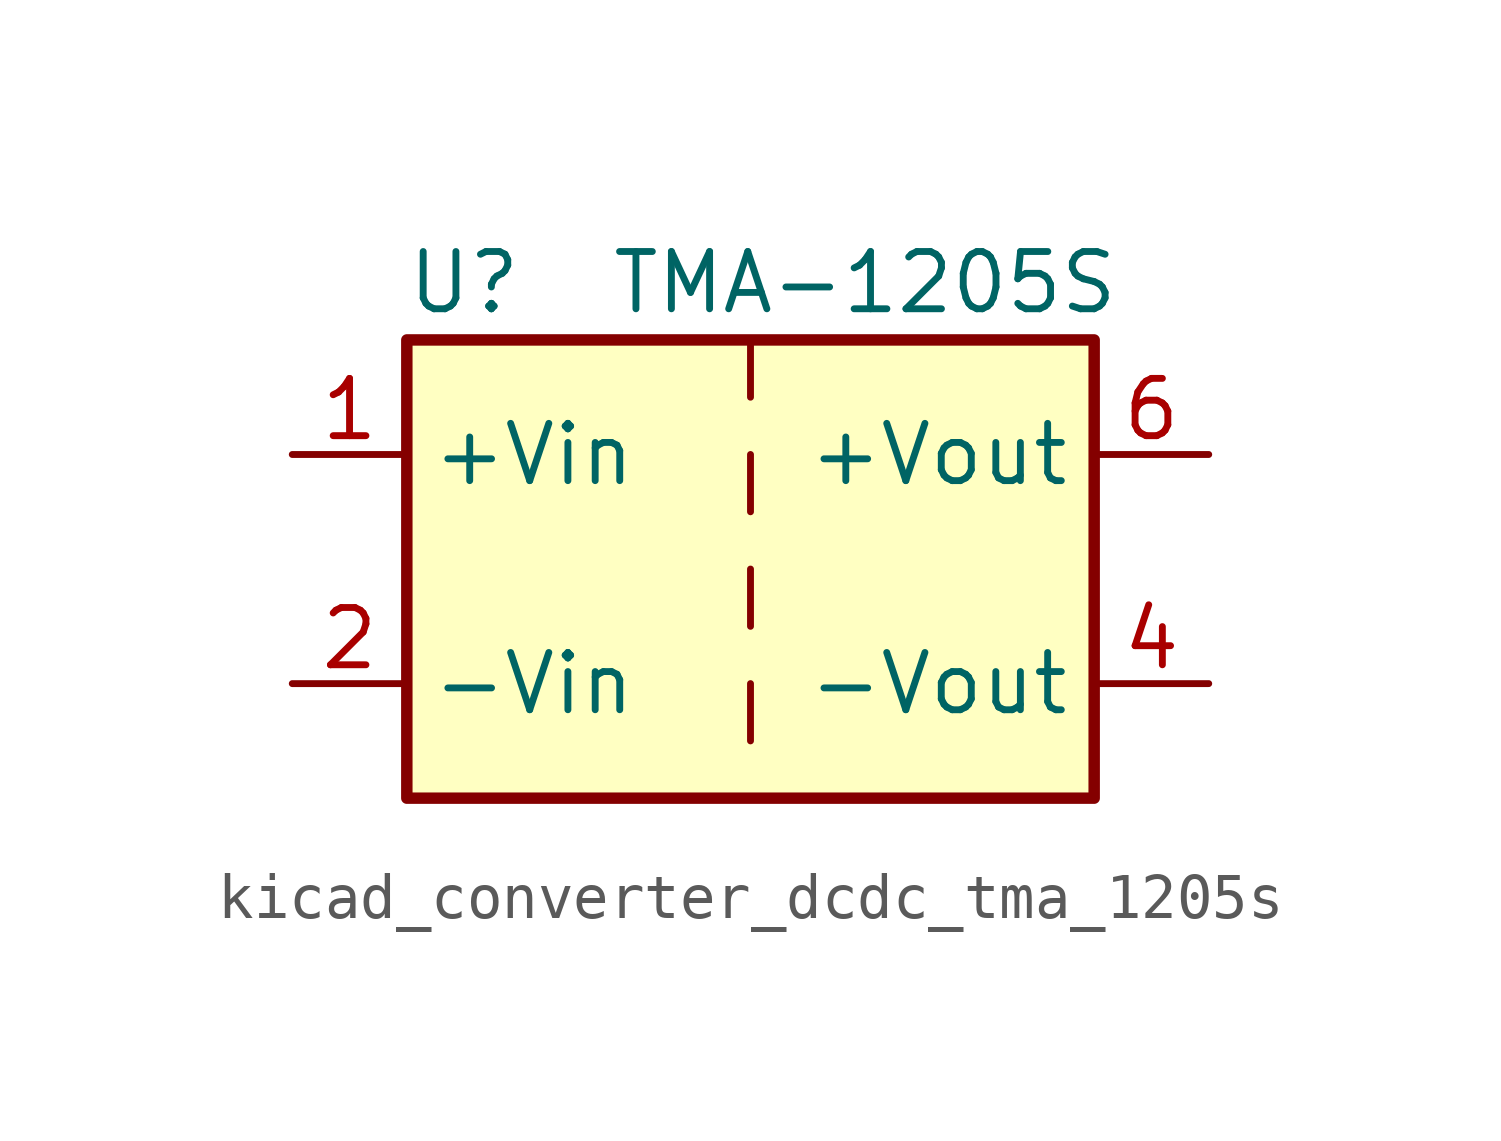
<source format=kicad_sym>
(kicad_symbol_lib
  (version 20220914)
  (generator kicad_symbol_editor)
  (symbol "kicad_converter_dcdc_tma_1205s"
    (property "Reference" "U"
      (at -6.35 6.35 0)
      (effects (font (size 1.27 1.27))))
    (property "Value" "TMA-1205S"
      (at 2.54 6.35 0)
      (effects (font (size 1.27 1.27))))
    (symbol "kicad_converter_dcdc_tma_1205s_0_1"
      (rectangle (start -7.62 5.08) (end 7.62 -5.08) (stroke (width 0.254) (type default)) (fill (type background)))
      (polyline (pts (xy 0 -2.54) (xy 0 -3.81)) (stroke (width 0) (type default)) (fill (type none)))
      (polyline (pts (xy 0 0) (xy 0 -1.27)) (stroke (width 0) (type default)) (fill (type none)))
      (polyline (pts (xy 0 2.54) (xy 0 1.27)) (stroke (width 0) (type default)) (fill (type none)))
      (polyline (pts (xy 0 5.08) (xy 0 3.81)) (stroke (width 0) (type default)) (fill (type none))))
    (symbol "kicad_converter_dcdc_tma_1205s_1_1"
      (pin power_in line (at -10.16 2.54 0) (length 2.54) (name "+Vin" (effects (font (size 1.27 1.27)))) (number "1" (effects (font (size 1.27 1.27)))))
      (pin power_in line (at -10.16 -2.54 0) (length 2.54) (name "-Vin" (effects (font (size 1.27 1.27)))) (number "2" (effects (font (size 1.27 1.27)))))
      (pin power_out line (at 10.16 -2.54 180) (length 2.54) (name "-Vout" (effects (font (size 1.27 1.27)))) (number "4" (effects (font (size 1.27 1.27)))))
      (pin power_out line (at 10.16 2.54 180) (length 2.54) (name "+Vout" (effects (font (size 1.27 1.27)))) (number "6" (effects (font (size 1.27 1.27))))))))
</source>
